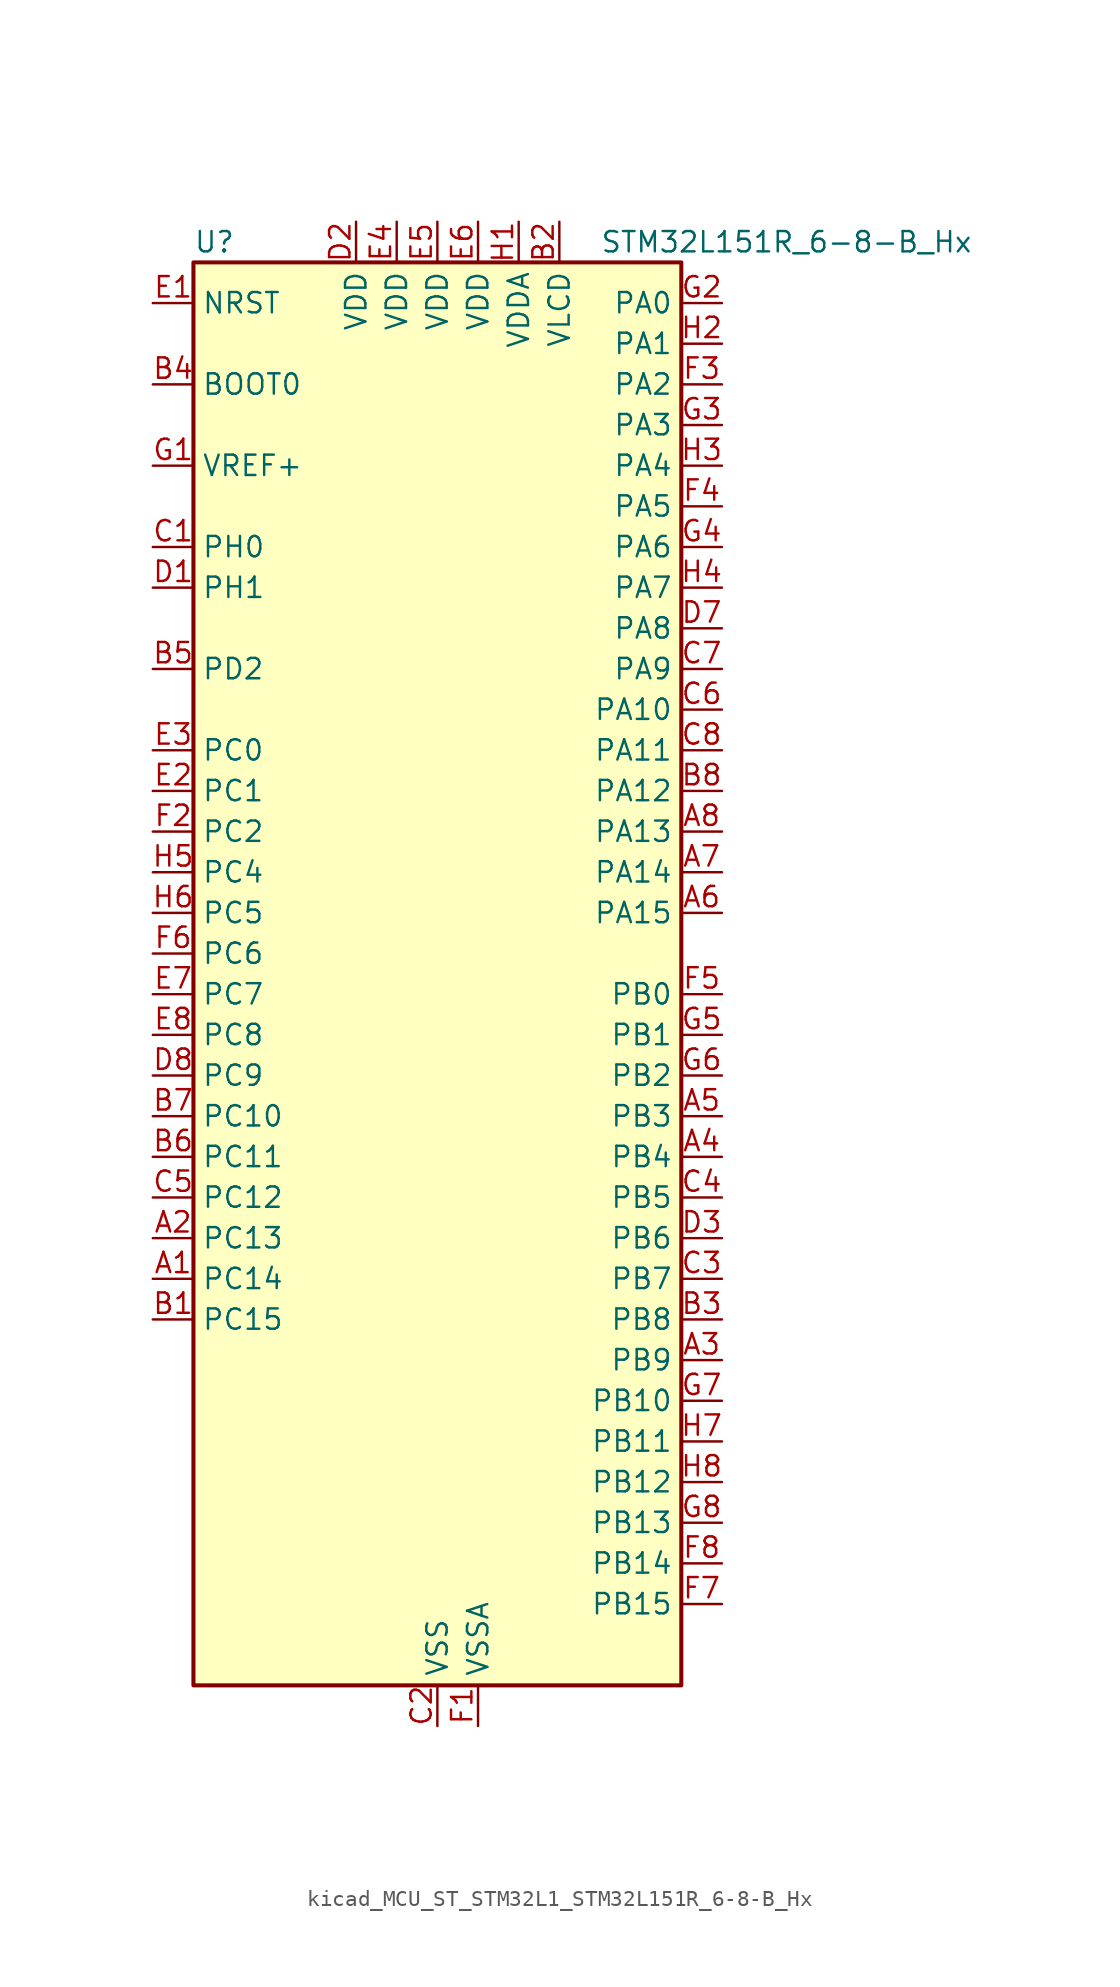
<source format=kicad_sym>
(kicad_symbol_lib
  (version 20220914)
  (generator kicad_symbol_editor)
  (symbol "kicad_MCU_ST_STM32L1_STM32L151R_6-8-B_Hx"
    (property "Reference" "U"
      (at -15.24 46.99 0)
      (effects (font (size 1.27 1.27)) (justify left)))
    (property "Value" "STM32L151R_6-8-B_Hx"
      (at 10.16 46.99 0)
      (effects (font (size 1.27 1.27)) (justify left)))
    (property "ki_locked" ""
      (at 0 0 0)
      (effects (font (size 1.27 1.27))))
    (symbol "kicad_MCU_ST_STM32L1_STM32L151R_6-8-B_Hx_0_1"
      (rectangle (start -15.24 -43.18) (end 15.24 45.72) (stroke (width 0.254) (type default)) (fill (type background))))
    (symbol "kicad_MCU_ST_STM32L1_STM32L151R_6-8-B_Hx_1_1"
      (pin bidirectional line (at -17.78 -17.78 0) (length 2.54) (name "PC14" (effects (font (size 1.27 1.27)))) (number "A1" (effects (font (size 1.27 1.27)))) (alternate "RCC_OSC32_IN" bidirectional line) (alternate "TIMX_IC3" bidirectional line))
      (pin bidirectional line (at -17.78 -15.24 0) (length 2.54) (name "PC13" (effects (font (size 1.27 1.27)))) (number "A2" (effects (font (size 1.27 1.27)))) (alternate "RTC_OUT_ALARM" bidirectional line) (alternate "RTC_OUT_CALIB" bidirectional line) (alternate "RTC_TAMP1" bidirectional line) (alternate "RTC_TS" bidirectional line) (alternate "SYS_WKUP2" bidirectional line) (alternate "TIMX_IC2" bidirectional line))
      (pin bidirectional line (at 17.78 -22.86 180) (length 2.54) (name "PB9" (effects (font (size 1.27 1.27)))) (number "A3" (effects (font (size 1.27 1.27)))) (alternate "DAC_EXTI9" bidirectional line) (alternate "I2C1_SDA" bidirectional line) (alternate "TIM11_CH1" bidirectional line) (alternate "TIM4_CH4" bidirectional line))
      (pin bidirectional line (at 17.78 -10.16 180) (length 2.54) (name "PB4" (effects (font (size 1.27 1.27)))) (number "A4" (effects (font (size 1.27 1.27)))) (alternate "COMP2_INP" bidirectional line) (alternate "SPI1_MISO" bidirectional line) (alternate "SYS_JTRST" bidirectional line) (alternate "TIM3_CH1" bidirectional line) (alternate "TS_G6_IO1" bidirectional line))
      (pin bidirectional line (at 17.78 -7.62 180) (length 2.54) (name "PB3" (effects (font (size 1.27 1.27)))) (number "A5" (effects (font (size 1.27 1.27)))) (alternate "COMP2_INM" bidirectional line) (alternate "SPI1_SCK" bidirectional line) (alternate "SYS_JTDO-TRACESWO" bidirectional line) (alternate "TIM2_CH2" bidirectional line))
      (pin bidirectional line (at 17.78 5.08 180) (length 2.54) (name "PA15" (effects (font (size 1.27 1.27)))) (number "A6" (effects (font (size 1.27 1.27)))) (alternate "ADC_EXTI15" bidirectional line) (alternate "SPI1_NSS" bidirectional line) (alternate "SYS_JTDI" bidirectional line) (alternate "TIM2_CH1" bidirectional line) (alternate "TIM2_ETR" bidirectional line) (alternate "TIMX_IC4" bidirectional line) (alternate "TS_G5_IO3" bidirectional line))
      (pin bidirectional line (at 17.78 7.62 180) (length 2.54) (name "PA14" (effects (font (size 1.27 1.27)))) (number "A7" (effects (font (size 1.27 1.27)))) (alternate "SYS_JTCK-SWCLK" bidirectional line) (alternate "TIMX_IC3" bidirectional line) (alternate "TS_G5_IO2" bidirectional line))
      (pin bidirectional line (at 17.78 10.16 180) (length 2.54) (name "PA13" (effects (font (size 1.27 1.27)))) (number "A8" (effects (font (size 1.27 1.27)))) (alternate "SYS_JTMS-SWDIO" bidirectional line) (alternate "TIMX_IC2" bidirectional line) (alternate "TS_G5_IO1" bidirectional line))
      (pin bidirectional line (at -17.78 -20.32 0) (length 2.54) (name "PC15" (effects (font (size 1.27 1.27)))) (number "B1" (effects (font (size 1.27 1.27)))) (alternate "ADC_EXTI15" bidirectional line) (alternate "RCC_OSC32_OUT" bidirectional line) (alternate "TIMX_IC4" bidirectional line))
      (pin power_in line (at 7.62 48.26 270) (length 2.54) (name "VLCD" (effects (font (size 1.27 1.27)))) (number "B2" (effects (font (size 1.27 1.27)))))
      (pin bidirectional line (at 17.78 -20.32 180) (length 2.54) (name "PB8" (effects (font (size 1.27 1.27)))) (number "B3" (effects (font (size 1.27 1.27)))) (alternate "I2C1_SCL" bidirectional line) (alternate "TIM10_CH1" bidirectional line) (alternate "TIM4_CH3" bidirectional line))
      (pin input line (at -17.78 38.1 0) (length 2.54) (name "BOOT0" (effects (font (size 1.27 1.27)))) (number "B4" (effects (font (size 1.27 1.27)))))
      (pin bidirectional line (at -17.78 20.32 0) (length 2.54) (name "PD2" (effects (font (size 1.27 1.27)))) (number "B5" (effects (font (size 1.27 1.27)))) (alternate "TIM3_ETR" bidirectional line) (alternate "TIMX_IC3" bidirectional line))
      (pin bidirectional line (at -17.78 -10.16 0) (length 2.54) (name "PC11" (effects (font (size 1.27 1.27)))) (number "B6" (effects (font (size 1.27 1.27)))) (alternate "ADC_EXTI11" bidirectional line) (alternate "TIMX_IC4" bidirectional line) (alternate "USART3_RX" bidirectional line))
      (pin bidirectional line (at -17.78 -7.62 0) (length 2.54) (name "PC10" (effects (font (size 1.27 1.27)))) (number "B7" (effects (font (size 1.27 1.27)))) (alternate "TIMX_IC3" bidirectional line) (alternate "USART3_TX" bidirectional line))
      (pin bidirectional line (at 17.78 12.7 180) (length 2.54) (name "PA12" (effects (font (size 1.27 1.27)))) (number "B8" (effects (font (size 1.27 1.27)))) (alternate "SPI1_MOSI" bidirectional line) (alternate "TIMX_IC1" bidirectional line) (alternate "USART1_RTS" bidirectional line) (alternate "USB_DP" bidirectional line))
      (pin bidirectional line (at -17.78 27.94 0) (length 2.54) (name "PH0" (effects (font (size 1.27 1.27)))) (number "C1" (effects (font (size 1.27 1.27)))) (alternate "RCC_OSC_IN" bidirectional line))
      (pin power_in line (at 0 -45.72 90) (length 2.54) (name "VSS" (effects (font (size 1.27 1.27)))) (number "C2" (effects (font (size 1.27 1.27)))))
      (pin bidirectional line (at 17.78 -17.78 180) (length 2.54) (name "PB7" (effects (font (size 1.27 1.27)))) (number "C3" (effects (font (size 1.27 1.27)))) (alternate "I2C1_SDA" bidirectional line) (alternate "SYS_PVD_IN" bidirectional line) (alternate "TIM4_CH2" bidirectional line) (alternate "USART1_RX" bidirectional line))
      (pin bidirectional line (at 17.78 -12.7 180) (length 2.54) (name "PB5" (effects (font (size 1.27 1.27)))) (number "C4" (effects (font (size 1.27 1.27)))) (alternate "COMP2_INP" bidirectional line) (alternate "I2C1_SMBA" bidirectional line) (alternate "SPI1_MOSI" bidirectional line) (alternate "TIM3_CH2" bidirectional line) (alternate "TS_G6_IO2" bidirectional line))
      (pin bidirectional line (at -17.78 -12.7 0) (length 2.54) (name "PC12" (effects (font (size 1.27 1.27)))) (number "C5" (effects (font (size 1.27 1.27)))) (alternate "TIMX_IC1" bidirectional line) (alternate "USART3_CK" bidirectional line))
      (pin bidirectional line (at 17.78 17.78 180) (length 2.54) (name "PA10" (effects (font (size 1.27 1.27)))) (number "C6" (effects (font (size 1.27 1.27)))) (alternate "TIMX_IC3" bidirectional line) (alternate "TS_G4_IO3" bidirectional line) (alternate "USART1_RX" bidirectional line))
      (pin bidirectional line (at 17.78 20.32 180) (length 2.54) (name "PA9" (effects (font (size 1.27 1.27)))) (number "C7" (effects (font (size 1.27 1.27)))) (alternate "DAC_EXTI9" bidirectional line) (alternate "TIMX_IC2" bidirectional line) (alternate "TS_G4_IO2" bidirectional line) (alternate "USART1_TX" bidirectional line))
      (pin bidirectional line (at 17.78 15.24 180) (length 2.54) (name "PA11" (effects (font (size 1.27 1.27)))) (number "C8" (effects (font (size 1.27 1.27)))) (alternate "ADC_EXTI11" bidirectional line) (alternate "SPI1_MISO" bidirectional line) (alternate "TIMX_IC4" bidirectional line) (alternate "USART1_CTS" bidirectional line) (alternate "USB_DM" bidirectional line))
      (pin bidirectional line (at -17.78 25.4 0) (length 2.54) (name "PH1" (effects (font (size 1.27 1.27)))) (number "D1" (effects (font (size 1.27 1.27)))) (alternate "RCC_OSC_OUT" bidirectional line))
      (pin power_in line (at -5.08 48.26 270) (length 2.54) (name "VDD" (effects (font (size 1.27 1.27)))) (number "D2" (effects (font (size 1.27 1.27)))))
      (pin bidirectional line (at 17.78 -15.24 180) (length 2.54) (name "PB6" (effects (font (size 1.27 1.27)))) (number "D3" (effects (font (size 1.27 1.27)))) (alternate "I2C1_SCL" bidirectional line) (alternate "TIM4_CH1" bidirectional line) (alternate "USART1_TX" bidirectional line))
      (pin passive line (at 0 -45.72 90) (length 2.54) hide (name "VSS" (effects (font (size 1.27 1.27)))) (number "D4" (effects (font (size 1.27 1.27)))))
      (pin passive line (at 0 -45.72 90) (length 2.54) hide (name "VSS" (effects (font (size 1.27 1.27)))) (number "D5" (effects (font (size 1.27 1.27)))))
      (pin passive line (at 0 -45.72 90) (length 2.54) hide (name "VSS" (effects (font (size 1.27 1.27)))) (number "D6" (effects (font (size 1.27 1.27)))))
      (pin bidirectional line (at 17.78 22.86 180) (length 2.54) (name "PA8" (effects (font (size 1.27 1.27)))) (number "D7" (effects (font (size 1.27 1.27)))) (alternate "RCC_MCO" bidirectional line) (alternate "TIMX_IC1" bidirectional line) (alternate "TS_G4_IO1" bidirectional line) (alternate "USART1_CK" bidirectional line))
      (pin bidirectional line (at -17.78 -5.08 0) (length 2.54) (name "PC9" (effects (font (size 1.27 1.27)))) (number "D8" (effects (font (size 1.27 1.27)))) (alternate "DAC_EXTI9" bidirectional line) (alternate "TIM3_CH4" bidirectional line) (alternate "TIMX_IC2" bidirectional line) (alternate "TS_G10_IO4" bidirectional line))
      (pin input line (at -17.78 43.18 0) (length 2.54) (name "NRST" (effects (font (size 1.27 1.27)))) (number "E1" (effects (font (size 1.27 1.27)))))
      (pin bidirectional line (at -17.78 12.7 0) (length 2.54) (name "PC1" (effects (font (size 1.27 1.27)))) (number "E2" (effects (font (size 1.27 1.27)))) (alternate "ADC_IN11" bidirectional line) (alternate "COMP1_INP" bidirectional line) (alternate "TIMX_IC2" bidirectional line) (alternate "TS_G8_IO2" bidirectional line))
      (pin bidirectional line (at -17.78 15.24 0) (length 2.54) (name "PC0" (effects (font (size 1.27 1.27)))) (number "E3" (effects (font (size 1.27 1.27)))) (alternate "ADC_IN10" bidirectional line) (alternate "COMP1_INP" bidirectional line) (alternate "TIMX_IC1" bidirectional line) (alternate "TS_G8_IO1" bidirectional line))
      (pin power_in line (at -2.54 48.26 270) (length 2.54) (name "VDD" (effects (font (size 1.27 1.27)))) (number "E4" (effects (font (size 1.27 1.27)))))
      (pin power_in line (at 0 48.26 270) (length 2.54) (name "VDD" (effects (font (size 1.27 1.27)))) (number "E5" (effects (font (size 1.27 1.27)))))
      (pin power_in line (at 2.54 48.26 270) (length 2.54) (name "VDD" (effects (font (size 1.27 1.27)))) (number "E6" (effects (font (size 1.27 1.27)))))
      (pin bidirectional line (at -17.78 0 0) (length 2.54) (name "PC7" (effects (font (size 1.27 1.27)))) (number "E7" (effects (font (size 1.27 1.27)))) (alternate "TIM3_CH2" bidirectional line) (alternate "TIMX_IC4" bidirectional line) (alternate "TS_G10_IO2" bidirectional line))
      (pin bidirectional line (at -17.78 -2.54 0) (length 2.54) (name "PC8" (effects (font (size 1.27 1.27)))) (number "E8" (effects (font (size 1.27 1.27)))) (alternate "TIM3_CH3" bidirectional line) (alternate "TIMX_IC1" bidirectional line) (alternate "TS_G10_IO3" bidirectional line))
      (pin power_in line (at 2.54 -45.72 90) (length 2.54) (name "VSSA" (effects (font (size 1.27 1.27)))) (number "F1" (effects (font (size 1.27 1.27)))))
      (pin bidirectional line (at -17.78 10.16 0) (length 2.54) (name "PC2" (effects (font (size 1.27 1.27)))) (number "F2" (effects (font (size 1.27 1.27)))) (alternate "ADC_IN12" bidirectional line) (alternate "COMP1_INP" bidirectional line) (alternate "TIMX_IC3" bidirectional line) (alternate "TS_G8_IO3" bidirectional line))
      (pin bidirectional line (at 17.78 38.1 180) (length 2.54) (name "PA2" (effects (font (size 1.27 1.27)))) (number "F3" (effects (font (size 1.27 1.27)))) (alternate "ADC_IN2" bidirectional line) (alternate "COMP1_INP" bidirectional line) (alternate "TIM2_CH3" bidirectional line) (alternate "TIM9_CH1" bidirectional line) (alternate "TIMX_IC3" bidirectional line) (alternate "TS_G1_IO3" bidirectional line) (alternate "USART2_TX" bidirectional line))
      (pin bidirectional line (at 17.78 30.48 180) (length 2.54) (name "PA5" (effects (font (size 1.27 1.27)))) (number "F4" (effects (font (size 1.27 1.27)))) (alternate "ADC_IN5" bidirectional line) (alternate "COMP1_INP" bidirectional line) (alternate "DAC_OUT2" bidirectional line) (alternate "SPI1_SCK" bidirectional line) (alternate "TIM2_CH1" bidirectional line) (alternate "TIM2_ETR" bidirectional line) (alternate "TIMX_IC2" bidirectional line))
      (pin bidirectional line (at 17.78 0 180) (length 2.54) (name "PB0" (effects (font (size 1.27 1.27)))) (number "F5" (effects (font (size 1.27 1.27)))) (alternate "ADC_IN8" bidirectional line) (alternate "COMP1_INP" bidirectional line) (alternate "SYS_V_REF_OUT" bidirectional line) (alternate "TIM3_CH3" bidirectional line) (alternate "TS_G3_IO1" bidirectional line))
      (pin bidirectional line (at -17.78 2.54 0) (length 2.54) (name "PC6" (effects (font (size 1.27 1.27)))) (number "F6" (effects (font (size 1.27 1.27)))) (alternate "TIM3_CH1" bidirectional line) (alternate "TIMX_IC3" bidirectional line) (alternate "TS_G10_IO1" bidirectional line))
      (pin bidirectional line (at 17.78 -38.1 180) (length 2.54) (name "PB15" (effects (font (size 1.27 1.27)))) (number "F7" (effects (font (size 1.27 1.27)))) (alternate "ADC_EXTI15" bidirectional line) (alternate "ADC_IN21" bidirectional line) (alternate "COMP1_INP" bidirectional line) (alternate "RTC_REFIN" bidirectional line) (alternate "SPI2_MOSI" bidirectional line) (alternate "TIM11_CH1" bidirectional line) (alternate "TS_G7_IO4" bidirectional line))
      (pin bidirectional line (at 17.78 -35.56 180) (length 2.54) (name "PB14" (effects (font (size 1.27 1.27)))) (number "F8" (effects (font (size 1.27 1.27)))) (alternate "ADC_IN20" bidirectional line) (alternate "COMP1_INP" bidirectional line) (alternate "SPI2_MISO" bidirectional line) (alternate "TIM9_CH2" bidirectional line) (alternate "TS_G7_IO3" bidirectional line) (alternate "USART3_RTS" bidirectional line))
      (pin input line (at -17.78 33.02 0) (length 2.54) (name "VREF+" (effects (font (size 1.27 1.27)))) (number "G1" (effects (font (size 1.27 1.27)))))
      (pin bidirectional line (at 17.78 43.18 180) (length 2.54) (name "PA0" (effects (font (size 1.27 1.27)))) (number "G2" (effects (font (size 1.27 1.27)))) (alternate "ADC_IN0" bidirectional line) (alternate "COMP1_INP" bidirectional line) (alternate "SYS_WKUP1" bidirectional line) (alternate "TIM2_CH1" bidirectional line) (alternate "TIM2_ETR" bidirectional line) (alternate "TIMX_IC1" bidirectional line) (alternate "TS_G1_IO1" bidirectional line) (alternate "USART2_CTS" bidirectional line))
      (pin bidirectional line (at 17.78 35.56 180) (length 2.54) (name "PA3" (effects (font (size 1.27 1.27)))) (number "G3" (effects (font (size 1.27 1.27)))) (alternate "ADC_IN3" bidirectional line) (alternate "COMP1_INP" bidirectional line) (alternate "TIM2_CH4" bidirectional line) (alternate "TIM9_CH2" bidirectional line) (alternate "TIMX_IC4" bidirectional line) (alternate "TS_G1_IO4" bidirectional line) (alternate "USART2_RX" bidirectional line))
      (pin bidirectional line (at 17.78 27.94 180) (length 2.54) (name "PA6" (effects (font (size 1.27 1.27)))) (number "G4" (effects (font (size 1.27 1.27)))) (alternate "ADC_IN6" bidirectional line) (alternate "COMP1_INP" bidirectional line) (alternate "SPI1_MISO" bidirectional line) (alternate "TIM10_CH1" bidirectional line) (alternate "TIM3_CH1" bidirectional line) (alternate "TIMX_IC3" bidirectional line) (alternate "TS_G2_IO1" bidirectional line))
      (pin bidirectional line (at 17.78 -2.54 180) (length 2.54) (name "PB1" (effects (font (size 1.27 1.27)))) (number "G5" (effects (font (size 1.27 1.27)))) (alternate "ADC_IN9" bidirectional line) (alternate "COMP1_INP" bidirectional line) (alternate "SYS_V_REF_OUT" bidirectional line) (alternate "TIM3_CH4" bidirectional line) (alternate "TS_G3_IO2" bidirectional line))
      (pin bidirectional line (at 17.78 -5.08 180) (length 2.54) (name "PB2" (effects (font (size 1.27 1.27)))) (number "G6" (effects (font (size 1.27 1.27)))))
      (pin bidirectional line (at 17.78 -25.4 180) (length 2.54) (name "PB10" (effects (font (size 1.27 1.27)))) (number "G7" (effects (font (size 1.27 1.27)))) (alternate "I2C2_SCL" bidirectional line) (alternate "TIM2_CH3" bidirectional line) (alternate "USART3_TX" bidirectional line))
      (pin bidirectional line (at 17.78 -33.02 180) (length 2.54) (name "PB13" (effects (font (size 1.27 1.27)))) (number "G8" (effects (font (size 1.27 1.27)))) (alternate "ADC_IN19" bidirectional line) (alternate "COMP1_INP" bidirectional line) (alternate "SPI2_SCK" bidirectional line) (alternate "TIM9_CH1" bidirectional line) (alternate "TS_G7_IO2" bidirectional line) (alternate "USART3_CTS" bidirectional line))
      (pin power_in line (at 5.08 48.26 270) (length 2.54) (name "VDDA" (effects (font (size 1.27 1.27)))) (number "H1" (effects (font (size 1.27 1.27)))))
      (pin bidirectional line (at 17.78 40.64 180) (length 2.54) (name "PA1" (effects (font (size 1.27 1.27)))) (number "H2" (effects (font (size 1.27 1.27)))) (alternate "ADC_IN1" bidirectional line) (alternate "COMP1_INP" bidirectional line) (alternate "TIM2_CH2" bidirectional line) (alternate "TIMX_IC2" bidirectional line) (alternate "TS_G1_IO2" bidirectional line) (alternate "USART2_RTS" bidirectional line))
      (pin bidirectional line (at 17.78 33.02 180) (length 2.54) (name "PA4" (effects (font (size 1.27 1.27)))) (number "H3" (effects (font (size 1.27 1.27)))) (alternate "ADC_IN4" bidirectional line) (alternate "COMP1_INP" bidirectional line) (alternate "DAC_OUT1" bidirectional line) (alternate "SPI1_NSS" bidirectional line) (alternate "TIMX_IC1" bidirectional line) (alternate "USART2_CK" bidirectional line))
      (pin bidirectional line (at 17.78 25.4 180) (length 2.54) (name "PA7" (effects (font (size 1.27 1.27)))) (number "H4" (effects (font (size 1.27 1.27)))) (alternate "ADC_IN7" bidirectional line) (alternate "COMP1_INP" bidirectional line) (alternate "SPI1_MOSI" bidirectional line) (alternate "TIM11_CH1" bidirectional line) (alternate "TIM3_CH2" bidirectional line) (alternate "TIMX_IC4" bidirectional line) (alternate "TS_G2_IO2" bidirectional line))
      (pin bidirectional line (at -17.78 7.62 0) (length 2.54) (name "PC4" (effects (font (size 1.27 1.27)))) (number "H5" (effects (font (size 1.27 1.27)))) (alternate "ADC_IN14" bidirectional line) (alternate "COMP1_INP" bidirectional line) (alternate "TIMX_IC1" bidirectional line) (alternate "TS_G9_IO1" bidirectional line))
      (pin bidirectional line (at -17.78 5.08 0) (length 2.54) (name "PC5" (effects (font (size 1.27 1.27)))) (number "H6" (effects (font (size 1.27 1.27)))) (alternate "ADC_IN15" bidirectional line) (alternate "COMP1_INP" bidirectional line) (alternate "TIMX_IC2" bidirectional line) (alternate "TS_G9_IO2" bidirectional line))
      (pin bidirectional line (at 17.78 -27.94 180) (length 2.54) (name "PB11" (effects (font (size 1.27 1.27)))) (number "H7" (effects (font (size 1.27 1.27)))) (alternate "ADC_EXTI11" bidirectional line) (alternate "I2C2_SDA" bidirectional line) (alternate "TIM2_CH4" bidirectional line) (alternate "USART3_RX" bidirectional line))
      (pin bidirectional line (at 17.78 -30.48 180) (length 2.54) (name "PB12" (effects (font (size 1.27 1.27)))) (number "H8" (effects (font (size 1.27 1.27)))) (alternate "ADC_IN18" bidirectional line) (alternate "COMP1_INP" bidirectional line) (alternate "I2C2_SMBA" bidirectional line) (alternate "SPI2_NSS" bidirectional line) (alternate "TIM10_CH1" bidirectional line) (alternate "TS_G7_IO1" bidirectional line) (alternate "USART3_CK" bidirectional line)))))
</source>
